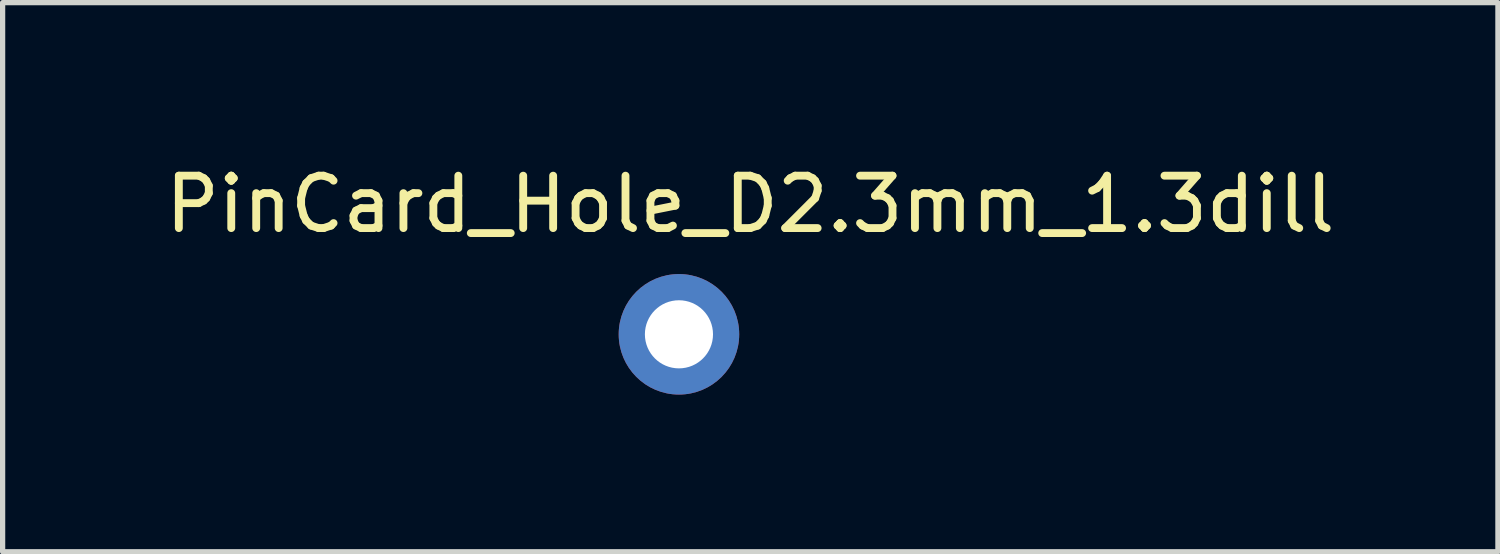
<source format=kicad_pcb>
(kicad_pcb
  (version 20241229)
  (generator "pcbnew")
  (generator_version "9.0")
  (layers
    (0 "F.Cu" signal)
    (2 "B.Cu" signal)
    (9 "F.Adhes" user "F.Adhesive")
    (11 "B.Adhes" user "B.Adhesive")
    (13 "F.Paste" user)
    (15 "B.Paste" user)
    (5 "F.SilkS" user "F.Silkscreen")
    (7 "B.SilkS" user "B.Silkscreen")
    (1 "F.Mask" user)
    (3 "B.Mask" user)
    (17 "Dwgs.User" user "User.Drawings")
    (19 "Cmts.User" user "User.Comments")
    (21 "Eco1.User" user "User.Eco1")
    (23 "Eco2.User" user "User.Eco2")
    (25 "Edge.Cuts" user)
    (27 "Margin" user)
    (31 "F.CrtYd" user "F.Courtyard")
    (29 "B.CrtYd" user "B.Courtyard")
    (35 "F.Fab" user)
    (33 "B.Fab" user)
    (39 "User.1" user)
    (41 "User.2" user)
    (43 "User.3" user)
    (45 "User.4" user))
  (footprint "PinCard_Hole_D2.3mm_1.3dill"
    (layer "F.Cu")
    (at 11.268 0.348)
    (property "Reference" "PinCard_Hole_D2.3mm_1.3dill" (at 0 0.5 0) (layer "F.SilkS") (effects (font (size 1 1) (thickness 0.15))))
    (attr through_hole)
    (pad "1" thru_hole circle (at -1.361 2.982) (size 2.3 2.3) (drill 1.3) (layers "*.Cu" "*.Mask")))
  (gr_rect
    (start -3 -3)
    (end 25.536 7.48)
    (stroke (width 0.1) (type default))
    (fill no)
    (layer "Edge.Cuts")))
</source>
